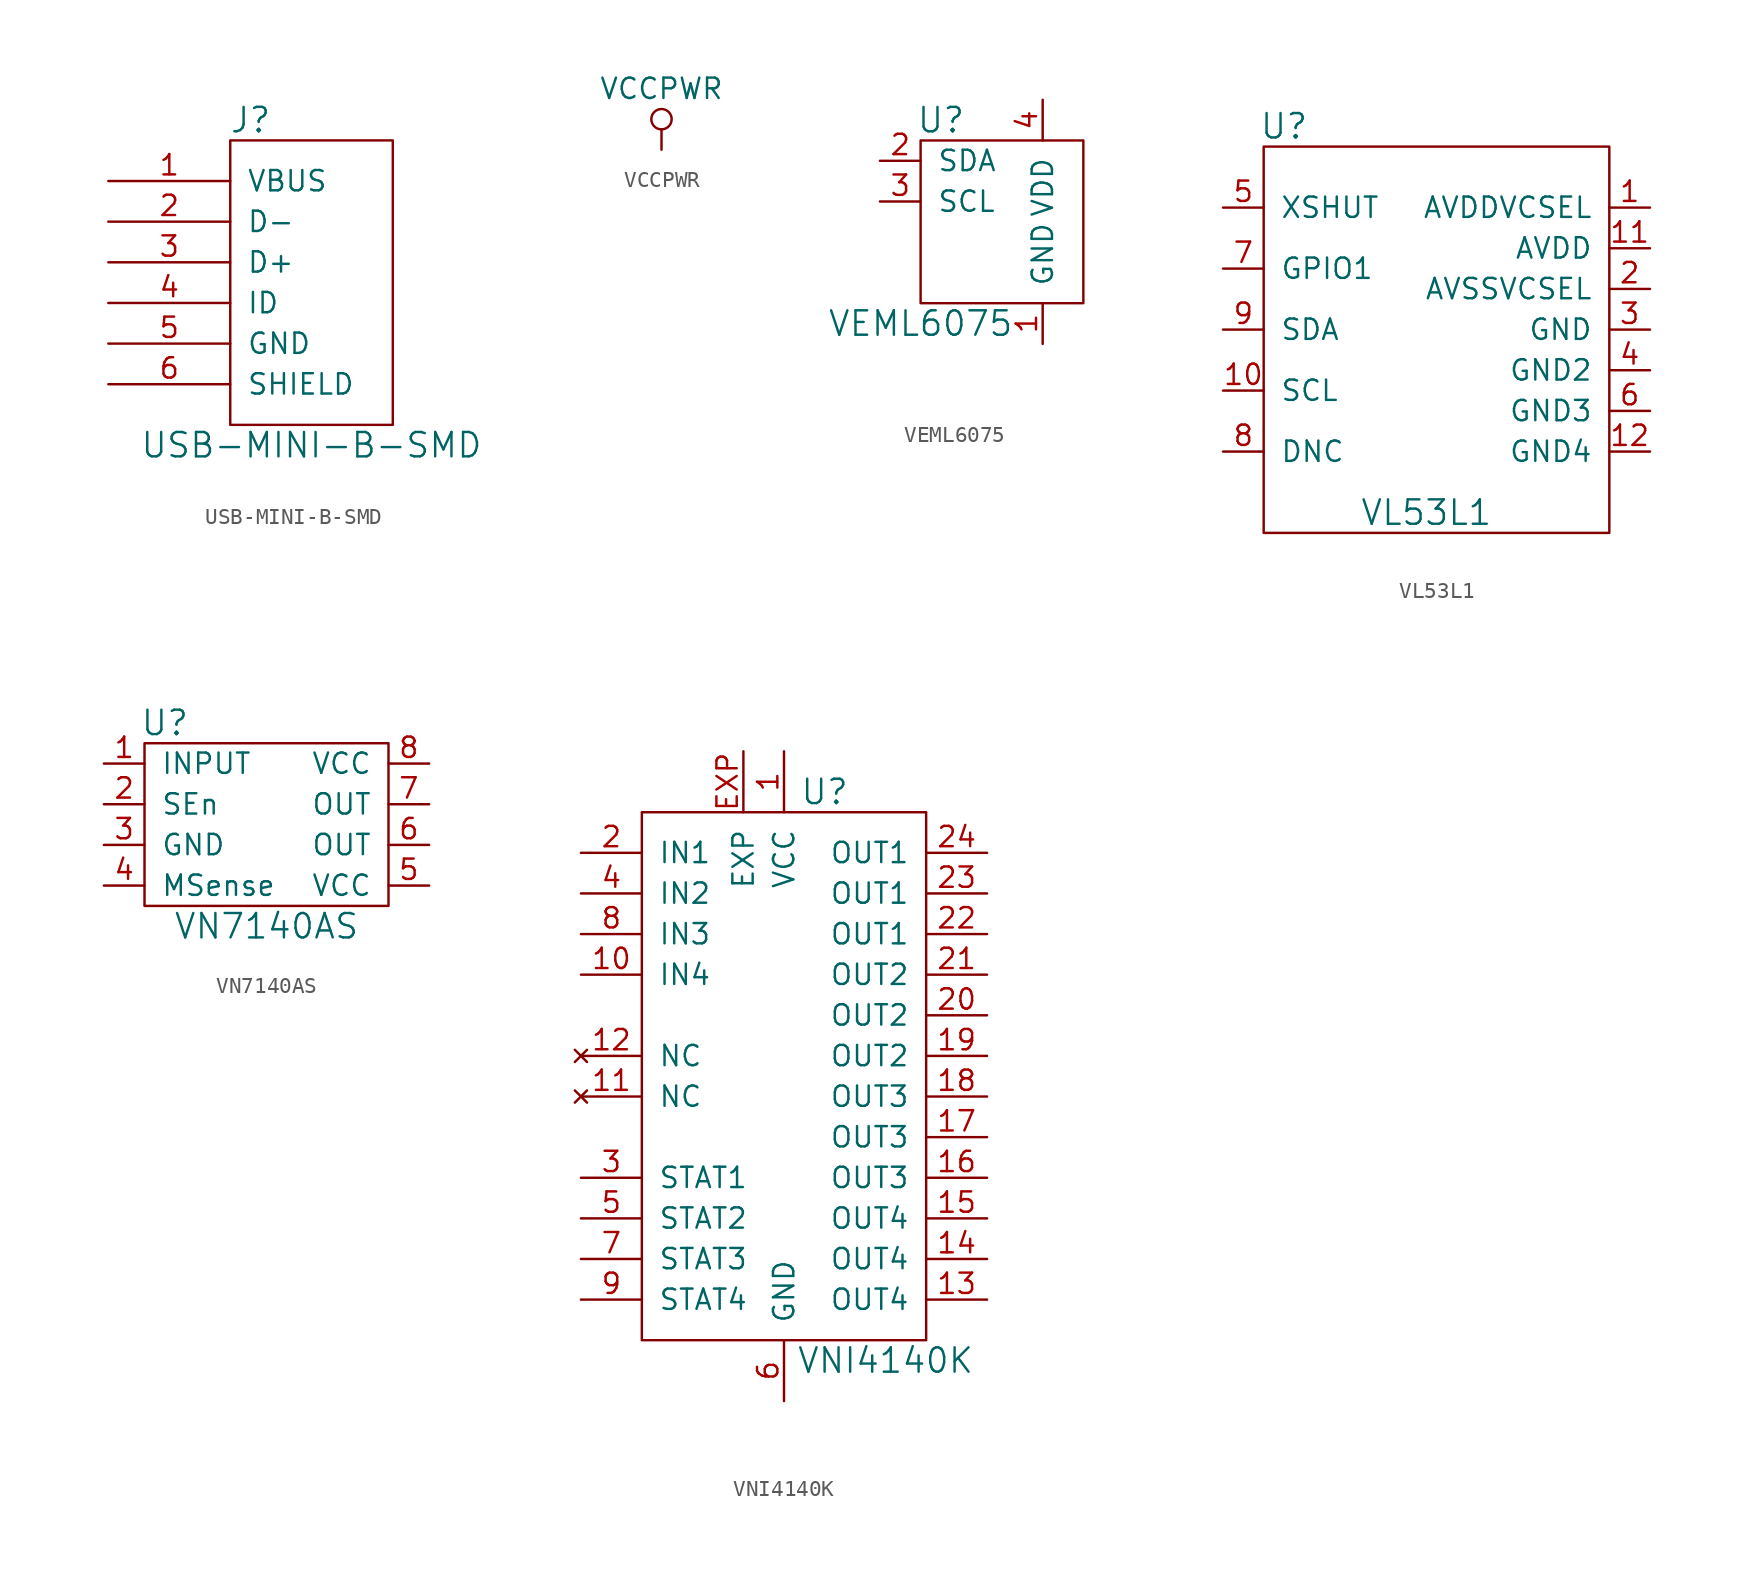
<source format=kicad_sym>
(kicad_symbol_lib
  (version 20211014)
  (generator kicad_symbol_editor)
  (symbol "USB-MINI-B-SMD"
    (pin_names
      (offset 1.016))
    (property "Reference" "J"
      (at -7.62 10.16 0)
      (effects (font (size 1.524 1.524))))
    (property "Value" "USB-MINI-B-SMD"
      (at -3.81 -10.16 0)
      (effects (font (size 1.524 1.524))))
    (property "Footprint" ""
      (at 0 0 0)
      (effects (font (size 1.524 1.524))))
    (property "Datasheet" ""
      (at 0 0 0)
      (effects (font (size 1.524 1.524))))
    (symbol "USB-MINI-B-SMD_0_1"
      (rectangle (start -8.89 8.89) (end 1.27 -8.89) (stroke (width 0) (type default) (color 0 0 0 0)) (fill (type none))))
    (symbol "USB-MINI-B-SMD_1_1"
      (pin passive line (at -16.51 6.35 0) (length 7.62) (name "VBUS" (effects (font (size 1.27 1.27)))) (number "1" (effects (font (size 1.27 1.27)))))
      (pin passive line (at -16.51 3.81 0) (length 7.62) (name "D-" (effects (font (size 1.27 1.27)))) (number "2" (effects (font (size 1.27 1.27)))))
      (pin passive line (at -16.51 1.27 0) (length 7.62) (name "D+" (effects (font (size 1.27 1.27)))) (number "3" (effects (font (size 1.27 1.27)))))
      (pin passive line (at -16.51 -1.27 0) (length 7.62) (name "ID" (effects (font (size 1.27 1.27)))) (number "4" (effects (font (size 1.27 1.27)))))
      (pin passive line (at -16.51 -3.81 0) (length 7.62) (name "GND" (effects (font (size 1.27 1.27)))) (number "5" (effects (font (size 1.27 1.27)))))
      (pin passive line (at -16.51 -6.35 0) (length 7.62) (name "SHIELD" (effects (font (size 1.27 1.27)))) (number "6" (effects (font (size 1.27 1.27)))))))
  (symbol "VCCPWR"
    (power)
    (pin_names
      (offset 0))
    (property "Reference" "#PWR"
      (at 0 -3.81 0)
      (effects (font (size 1.27 1.27)) hide))
    (property "Value" "VCCPWR"
      (at 0 3.81 0)
      (effects (font (size 1.27 1.27))))
    (symbol "VCCPWR_0_1"
      (polyline (pts (xy 0 0) (xy 0 1.27)) (stroke (width 0) (type default) (color 0 0 0 0)) (fill (type none)))
      (circle (center 0 1.905) (radius 0.635) (stroke (width 0) (type default) (color 0 0 0 0)) (fill (type none))))
    (symbol "VCCPWR_1_1"
      (pin power_in line (at 0 0 90) (length 0) hide (name "VCC" (effects (font (size 1.27 1.27)))) (number "1" (effects (font (size 1.27 1.27)))))))
  (symbol "VEML6075"
    (pin_names
      (offset 1.016))
    (property "Reference" "U"
      (at 6.35 16.51 0)
      (effects (font (size 1.524 1.524))))
    (property "Value" "VEML6075"
      (at 5.08 3.81 0)
      (effects (font (size 1.524 1.524))))
    (property "Footprint" ""
      (at 0 0 0)
      (effects (font (size 1.524 1.524))))
    (property "Datasheet" ""
      (at 0 0 0)
      (effects (font (size 1.524 1.524))))
    (symbol "VEML6075_0_1"
      (rectangle (start 5.08 15.24) (end 15.24 5.08) (stroke (width 0) (type default) (color 0 0 0 0)) (fill (type none))))
    (symbol "VEML6075_1_1"
      (pin passive line (at 12.7 2.54 90) (length 2.54) (name "GND" (effects (font (size 1.27 1.27)))) (number "1" (effects (font (size 1.27 1.27)))))
      (pin passive line (at 2.54 13.97 0) (length 2.54) (name "SDA" (effects (font (size 1.27 1.27)))) (number "2" (effects (font (size 1.27 1.27)))))
      (pin passive line (at 2.54 11.43 0) (length 2.54) (name "SCL" (effects (font (size 1.27 1.27)))) (number "3" (effects (font (size 1.27 1.27)))))
      (pin passive line (at 12.7 17.78 270) (length 2.54) (name "VDD" (effects (font (size 1.27 1.27)))) (number "4" (effects (font (size 1.27 1.27)))))))
  (symbol "VL53L1"
    (pin_names
      (offset 1.016))
    (property "Reference" "U"
      (at -10.16 12.7 0)
      (effects (font (size 1.524 1.524))))
    (property "Value" "VL53L1"
      (at -1.27 -11.43 0)
      (effects (font (size 1.524 1.524))))
    (symbol "VL53L1_0_1"
      (rectangle (start -11.43 11.43) (end 10.16 -12.7) (stroke (width 0) (type default) (color 0 0 0 0)) (fill (type none))))
    (symbol "VL53L1_1_1"
      (pin input line (at 12.7 7.62 180) (length 2.54) (name "AVDDVCSEL" (effects (font (size 1.27 1.27)))) (number "1" (effects (font (size 1.27 1.27)))))
      (pin input line (at -13.97 -3.81 0) (length 2.54) (name "SCL" (effects (font (size 1.27 1.27)))) (number "10" (effects (font (size 1.27 1.27)))))
      (pin input line (at 12.7 5.08 180) (length 2.54) (name "AVDD" (effects (font (size 1.27 1.27)))) (number "11" (effects (font (size 1.27 1.27)))))
      (pin input line (at 12.7 -7.62 180) (length 2.54) (name "GND4" (effects (font (size 1.27 1.27)))) (number "12" (effects (font (size 1.27 1.27)))))
      (pin input line (at 12.7 2.54 180) (length 2.54) (name "AVSSVCSEL" (effects (font (size 1.27 1.27)))) (number "2" (effects (font (size 1.27 1.27)))))
      (pin input line (at 12.7 0 180) (length 2.54) (name "GND" (effects (font (size 1.27 1.27)))) (number "3" (effects (font (size 1.27 1.27)))))
      (pin input line (at 12.7 -2.54 180) (length 2.54) (name "GND2" (effects (font (size 1.27 1.27)))) (number "4" (effects (font (size 1.27 1.27)))))
      (pin input line (at -13.97 7.62 0) (length 2.54) (name "XSHUT" (effects (font (size 1.27 1.27)))) (number "5" (effects (font (size 1.27 1.27)))))
      (pin input line (at 12.7 -5.08 180) (length 2.54) (name "GND3" (effects (font (size 1.27 1.27)))) (number "6" (effects (font (size 1.27 1.27)))))
      (pin input line (at -13.97 3.81 0) (length 2.54) (name "GPIO1" (effects (font (size 1.27 1.27)))) (number "7" (effects (font (size 1.27 1.27)))))
      (pin input line (at -13.97 -7.62 0) (length 2.54) (name "DNC" (effects (font (size 1.27 1.27)))) (number "8" (effects (font (size 1.27 1.27)))))
      (pin input line (at -13.97 0 0) (length 2.54) (name "SDA" (effects (font (size 1.27 1.27)))) (number "9" (effects (font (size 1.27 1.27)))))))
  (symbol "VN7140AS"
    (pin_names
      (offset 1.016))
    (property "Reference" "U"
      (at -6.35 6.35 0)
      (effects (font (size 1.524 1.524))))
    (property "Value" "VN7140AS"
      (at 0 -6.35 0)
      (effects (font (size 1.524 1.524))))
    (property "Footprint" ""
      (at 0 0 0)
      (effects (font (size 1.524 1.524))))
    (property "Datasheet" ""
      (at 0 0 0)
      (effects (font (size 1.524 1.524))))
    (symbol "VN7140AS_0_1"
      (rectangle (start -7.62 5.08) (end 7.62 -5.08) (stroke (width 0) (type default) (color 0 0 0 0)) (fill (type none))))
    (symbol "VN7140AS_1_1"
      (pin passive line (at -10.16 3.81 0) (length 2.54) (name "INPUT" (effects (font (size 1.27 1.27)))) (number "1" (effects (font (size 1.27 1.27)))))
      (pin passive line (at -10.16 1.27 0) (length 2.54) (name "SEn" (effects (font (size 1.27 1.27)))) (number "2" (effects (font (size 1.27 1.27)))))
      (pin passive line (at -10.16 -1.27 0) (length 2.54) (name "GND" (effects (font (size 1.27 1.27)))) (number "3" (effects (font (size 1.27 1.27)))))
      (pin passive line (at -10.16 -3.81 0) (length 2.54) (name "MSense" (effects (font (size 1.27 1.27)))) (number "4" (effects (font (size 1.27 1.27)))))
      (pin passive line (at 10.16 -3.81 180) (length 2.54) (name "VCC" (effects (font (size 1.27 1.27)))) (number "5" (effects (font (size 1.27 1.27)))))
      (pin passive line (at 10.16 -1.27 180) (length 2.54) (name "OUT" (effects (font (size 1.27 1.27)))) (number "6" (effects (font (size 1.27 1.27)))))
      (pin passive line (at 10.16 1.27 180) (length 2.54) (name "OUT" (effects (font (size 1.27 1.27)))) (number "7" (effects (font (size 1.27 1.27)))))
      (pin passive line (at 10.16 3.81 180) (length 2.54) (name "VCC" (effects (font (size 1.27 1.27)))) (number "8" (effects (font (size 1.27 1.27)))))))
  (symbol "VNI4140K"
    (pin_names
      (offset 1.016))
    (property "Reference" "U"
      (at 2.54 17.78 0)
      (effects (font (size 1.524 1.524))))
    (property "Value" "VNI4140K"
      (at 6.35 -17.78 0)
      (effects (font (size 1.524 1.524))))
    (property "Footprint" ""
      (at -2.54 0 0)
      (effects (font (size 1.524 1.524))))
    (property "Datasheet" ""
      (at -2.54 0 0)
      (effects (font (size 1.524 1.524))))
    (symbol "VNI4140K_0_1"
      (rectangle (start -8.89 -16.51) (end 8.89 16.51) (stroke (width 0) (type default) (color 0 0 0 0)) (fill (type none))))
    (symbol "VNI4140K_1_1"
      (pin input line (at 0 20.32 270) (length 3.81) (name "VCC" (effects (font (size 1.27 1.27)))) (number "1" (effects (font (size 1.27 1.27)))))
      (pin input line (at -12.7 6.35 0) (length 3.81) (name "IN4" (effects (font (size 1.27 1.27)))) (number "10" (effects (font (size 1.27 1.27)))))
      (pin no_connect line (at -12.7 -1.27 0) (length 3.81) (name "NC" (effects (font (size 1.27 1.27)))) (number "11" (effects (font (size 1.27 1.27)))))
      (pin no_connect line (at -12.7 1.27 0) (length 3.81) (name "NC" (effects (font (size 1.27 1.27)))) (number "12" (effects (font (size 1.27 1.27)))))
      (pin input line (at 12.7 -13.97 180) (length 3.81) (name "OUT4" (effects (font (size 1.27 1.27)))) (number "13" (effects (font (size 1.27 1.27)))))
      (pin input line (at 12.7 -11.43 180) (length 3.81) (name "OUT4" (effects (font (size 1.27 1.27)))) (number "14" (effects (font (size 1.27 1.27)))))
      (pin input line (at 12.7 -8.89 180) (length 3.81) (name "OUT4" (effects (font (size 1.27 1.27)))) (number "15" (effects (font (size 1.27 1.27)))))
      (pin input line (at 12.7 -6.35 180) (length 3.81) (name "OUT3" (effects (font (size 1.27 1.27)))) (number "16" (effects (font (size 1.27 1.27)))))
      (pin input line (at 12.7 -3.81 180) (length 3.81) (name "OUT3" (effects (font (size 1.27 1.27)))) (number "17" (effects (font (size 1.27 1.27)))))
      (pin input line (at 12.7 -1.27 180) (length 3.81) (name "OUT3" (effects (font (size 1.27 1.27)))) (number "18" (effects (font (size 1.27 1.27)))))
      (pin input line (at 12.7 1.27 180) (length 3.81) (name "OUT2" (effects (font (size 1.27 1.27)))) (number "19" (effects (font (size 1.27 1.27)))))
      (pin input line (at -12.7 13.97 0) (length 3.81) (name "IN1" (effects (font (size 1.27 1.27)))) (number "2" (effects (font (size 1.27 1.27)))))
      (pin input line (at 12.7 3.81 180) (length 3.81) (name "OUT2" (effects (font (size 1.27 1.27)))) (number "20" (effects (font (size 1.27 1.27)))))
      (pin input line (at 12.7 6.35 180) (length 3.81) (name "OUT2" (effects (font (size 1.27 1.27)))) (number "21" (effects (font (size 1.27 1.27)))))
      (pin input line (at 12.7 8.89 180) (length 3.81) (name "OUT1" (effects (font (size 1.27 1.27)))) (number "22" (effects (font (size 1.27 1.27)))))
      (pin input line (at 12.7 11.43 180) (length 3.81) (name "OUT1" (effects (font (size 1.27 1.27)))) (number "23" (effects (font (size 1.27 1.27)))))
      (pin input line (at 12.7 13.97 180) (length 3.81) (name "OUT1" (effects (font (size 1.27 1.27)))) (number "24" (effects (font (size 1.27 1.27)))))
      (pin input line (at -12.7 -6.35 0) (length 3.81) (name "STAT1" (effects (font (size 1.27 1.27)))) (number "3" (effects (font (size 1.27 1.27)))))
      (pin input line (at -12.7 11.43 0) (length 3.81) (name "IN2" (effects (font (size 1.27 1.27)))) (number "4" (effects (font (size 1.27 1.27)))))
      (pin input line (at -12.7 -8.89 0) (length 3.81) (name "STAT2" (effects (font (size 1.27 1.27)))) (number "5" (effects (font (size 1.27 1.27)))))
      (pin input line (at 0 -20.32 90) (length 3.81) (name "GND" (effects (font (size 1.27 1.27)))) (number "6" (effects (font (size 1.27 1.27)))))
      (pin input line (at -12.7 -11.43 0) (length 3.81) (name "STAT3" (effects (font (size 1.27 1.27)))) (number "7" (effects (font (size 1.27 1.27)))))
      (pin input line (at -12.7 8.89 0) (length 3.81) (name "IN3" (effects (font (size 1.27 1.27)))) (number "8" (effects (font (size 1.27 1.27)))))
      (pin input line (at -12.7 -13.97 0) (length 3.81) (name "STAT4" (effects (font (size 1.27 1.27)))) (number "9" (effects (font (size 1.27 1.27)))))
      (pin passive line (at -2.54 20.32 270) (length 3.81) (name "EXP" (effects (font (size 1.27 1.27)))) (number "EXP" (effects (font (size 1.27 1.27))))))))
</source>
